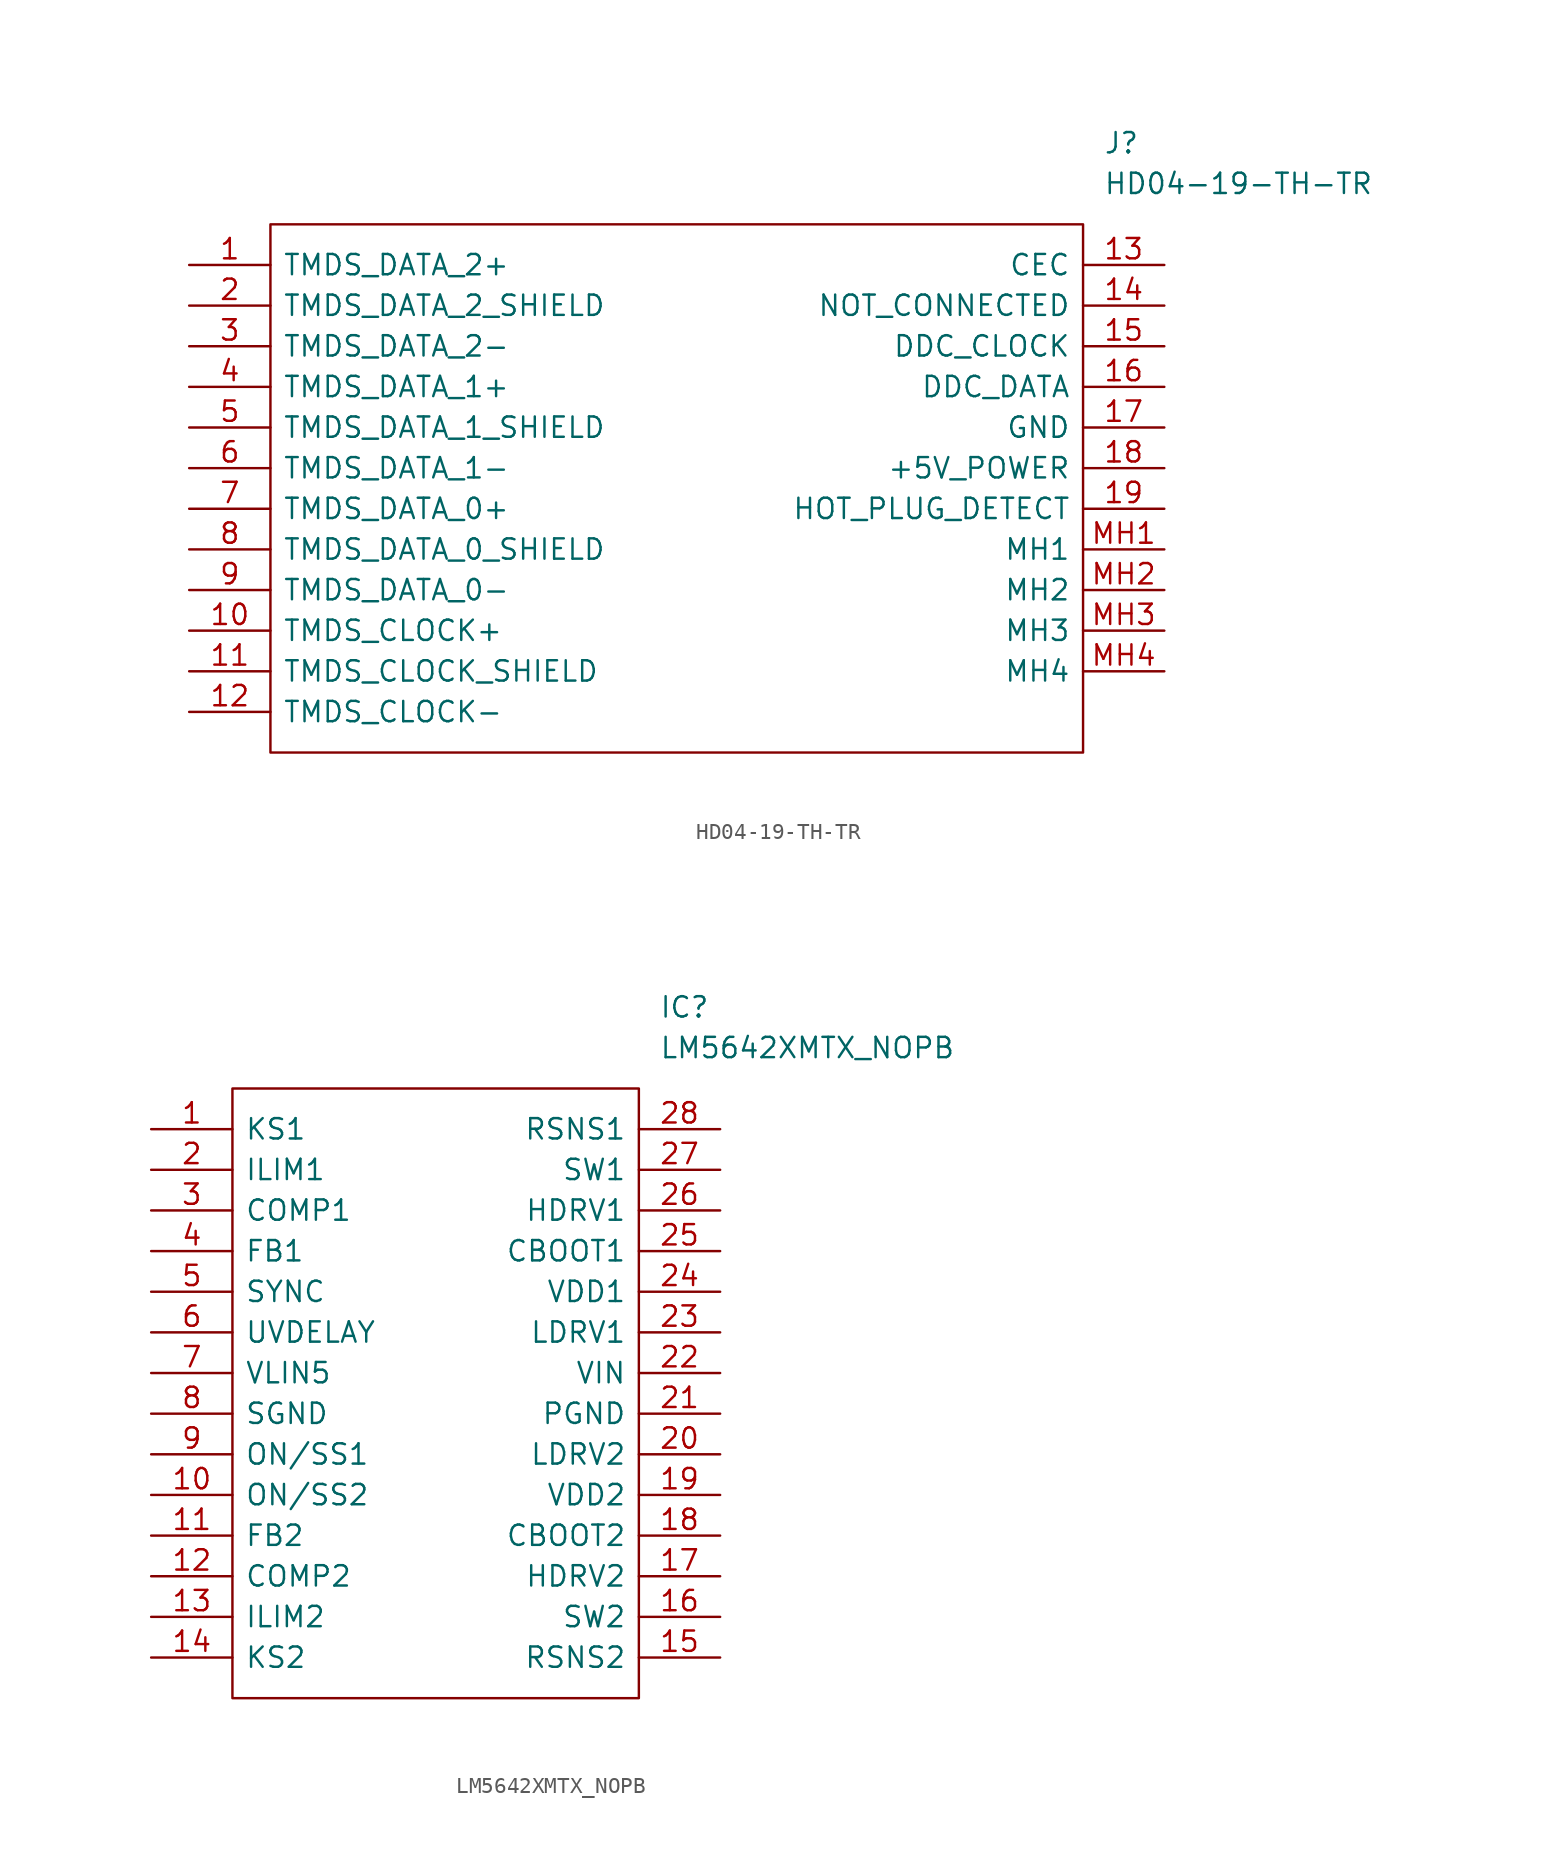
<source format=kicad_sym>
(kicad_symbol_lib
  (version 20211014)
  (generator kicad_symbol_editor)
  (symbol "HD04-19-TH-TR"
    (pin_names
      (offset 0.762))
    (property "Reference" "J"
      (at 57.15 7.62 0)
      (effects (font (size 1.27 1.27)) (justify left)))
    (property "Value" "HD04-19-TH-TR"
      (at 57.15 5.08 0)
      (effects (font (size 1.27 1.27)) (justify left)))
    (symbol "HD04-19-TH-TR_0_0"
      (pin passive line (at 0 0 0) (length 5.08) (name "TMDS_DATA_2+" (effects (font (size 1.27 1.27)))) (number "1" (effects (font (size 1.27 1.27)))))
      (pin passive line (at 0 -22.86 0) (length 5.08) (name "TMDS_CLOCK+" (effects (font (size 1.27 1.27)))) (number "10" (effects (font (size 1.27 1.27)))))
      (pin passive line (at 0 -25.4 0) (length 5.08) (name "TMDS_CLOCK_SHIELD" (effects (font (size 1.27 1.27)))) (number "11" (effects (font (size 1.27 1.27)))))
      (pin passive line (at 0 -27.94 0) (length 5.08) (name "TMDS_CLOCK-" (effects (font (size 1.27 1.27)))) (number "12" (effects (font (size 1.27 1.27)))))
      (pin passive line (at 60.96 0 180) (length 5.08) (name "CEC" (effects (font (size 1.27 1.27)))) (number "13" (effects (font (size 1.27 1.27)))))
      (pin passive line (at 60.96 -2.54 180) (length 5.08) (name "NOT_CONNECTED" (effects (font (size 1.27 1.27)))) (number "14" (effects (font (size 1.27 1.27)))))
      (pin passive line (at 60.96 -5.08 180) (length 5.08) (name "DDC_CLOCK" (effects (font (size 1.27 1.27)))) (number "15" (effects (font (size 1.27 1.27)))))
      (pin passive line (at 60.96 -7.62 180) (length 5.08) (name "DDC_DATA" (effects (font (size 1.27 1.27)))) (number "16" (effects (font (size 1.27 1.27)))))
      (pin passive line (at 60.96 -10.16 180) (length 5.08) (name "GND" (effects (font (size 1.27 1.27)))) (number "17" (effects (font (size 1.27 1.27)))))
      (pin passive line (at 60.96 -12.7 180) (length 5.08) (name "+5V_POWER" (effects (font (size 1.27 1.27)))) (number "18" (effects (font (size 1.27 1.27)))))
      (pin passive line (at 60.96 -15.24 180) (length 5.08) (name "HOT_PLUG_DETECT" (effects (font (size 1.27 1.27)))) (number "19" (effects (font (size 1.27 1.27)))))
      (pin passive line (at 0 -2.54 0) (length 5.08) (name "TMDS_DATA_2_SHIELD" (effects (font (size 1.27 1.27)))) (number "2" (effects (font (size 1.27 1.27)))))
      (pin passive line (at 0 -5.08 0) (length 5.08) (name "TMDS_DATA_2-" (effects (font (size 1.27 1.27)))) (number "3" (effects (font (size 1.27 1.27)))))
      (pin passive line (at 0 -7.62 0) (length 5.08) (name "TMDS_DATA_1+" (effects (font (size 1.27 1.27)))) (number "4" (effects (font (size 1.27 1.27)))))
      (pin passive line (at 0 -10.16 0) (length 5.08) (name "TMDS_DATA_1_SHIELD" (effects (font (size 1.27 1.27)))) (number "5" (effects (font (size 1.27 1.27)))))
      (pin passive line (at 0 -12.7 0) (length 5.08) (name "TMDS_DATA_1-" (effects (font (size 1.27 1.27)))) (number "6" (effects (font (size 1.27 1.27)))))
      (pin passive line (at 0 -15.24 0) (length 5.08) (name "TMDS_DATA_0+" (effects (font (size 1.27 1.27)))) (number "7" (effects (font (size 1.27 1.27)))))
      (pin passive line (at 0 -17.78 0) (length 5.08) (name "TMDS_DATA_0_SHIELD" (effects (font (size 1.27 1.27)))) (number "8" (effects (font (size 1.27 1.27)))))
      (pin passive line (at 0 -20.32 0) (length 5.08) (name "TMDS_DATA_0-" (effects (font (size 1.27 1.27)))) (number "9" (effects (font (size 1.27 1.27)))))
      (pin passive line (at 60.96 -17.78 180) (length 5.08) (name "MH1" (effects (font (size 1.27 1.27)))) (number "MH1" (effects (font (size 1.27 1.27)))))
      (pin passive line (at 60.96 -20.32 180) (length 5.08) (name "MH2" (effects (font (size 1.27 1.27)))) (number "MH2" (effects (font (size 1.27 1.27)))))
      (pin passive line (at 60.96 -22.86 180) (length 5.08) (name "MH3" (effects (font (size 1.27 1.27)))) (number "MH3" (effects (font (size 1.27 1.27)))))
      (pin passive line (at 60.96 -25.4 180) (length 5.08) (name "MH4" (effects (font (size 1.27 1.27)))) (number "MH4" (effects (font (size 1.27 1.27))))))
    (symbol "HD04-19-TH-TR_0_1"
      (polyline (pts (xy 5.08 2.54) (xy 55.88 2.54) (xy 55.88 -30.48) (xy 5.08 -30.48) (xy 5.08 2.54)) (stroke (width 0.152) (type default) (color 0 0 0 0)) (fill (type none)))))
  (symbol "LM5642XMTX_NOPB"
    (pin_names
      (offset 0.762))
    (property "Reference" "IC"
      (at 31.75 7.62 0)
      (effects (font (size 1.27 1.27)) (justify left)))
    (property "Value" "LM5642XMTX_NOPB"
      (at 31.75 5.08 0)
      (effects (font (size 1.27 1.27)) (justify left)))
    (symbol "LM5642XMTX_NOPB_0_0"
      (pin passive line (at 0 0 0) (length 5.08) (name "KS1" (effects (font (size 1.27 1.27)))) (number "1" (effects (font (size 1.27 1.27)))))
      (pin passive line (at 0 -22.86 0) (length 5.08) (name "ON/SS2" (effects (font (size 1.27 1.27)))) (number "10" (effects (font (size 1.27 1.27)))))
      (pin passive line (at 0 -25.4 0) (length 5.08) (name "FB2" (effects (font (size 1.27 1.27)))) (number "11" (effects (font (size 1.27 1.27)))))
      (pin passive line (at 0 -27.94 0) (length 5.08) (name "COMP2" (effects (font (size 1.27 1.27)))) (number "12" (effects (font (size 1.27 1.27)))))
      (pin passive line (at 0 -30.48 0) (length 5.08) (name "ILIM2" (effects (font (size 1.27 1.27)))) (number "13" (effects (font (size 1.27 1.27)))))
      (pin passive line (at 0 -33.02 0) (length 5.08) (name "KS2" (effects (font (size 1.27 1.27)))) (number "14" (effects (font (size 1.27 1.27)))))
      (pin passive line (at 35.56 -33.02 180) (length 5.08) (name "RSNS2" (effects (font (size 1.27 1.27)))) (number "15" (effects (font (size 1.27 1.27)))))
      (pin passive line (at 35.56 -30.48 180) (length 5.08) (name "SW2" (effects (font (size 1.27 1.27)))) (number "16" (effects (font (size 1.27 1.27)))))
      (pin passive line (at 35.56 -27.94 180) (length 5.08) (name "HDRV2" (effects (font (size 1.27 1.27)))) (number "17" (effects (font (size 1.27 1.27)))))
      (pin passive line (at 35.56 -25.4 180) (length 5.08) (name "CBOOT2" (effects (font (size 1.27 1.27)))) (number "18" (effects (font (size 1.27 1.27)))))
      (pin passive line (at 35.56 -22.86 180) (length 5.08) (name "VDD2" (effects (font (size 1.27 1.27)))) (number "19" (effects (font (size 1.27 1.27)))))
      (pin passive line (at 0 -2.54 0) (length 5.08) (name "ILIM1" (effects (font (size 1.27 1.27)))) (number "2" (effects (font (size 1.27 1.27)))))
      (pin passive line (at 35.56 -20.32 180) (length 5.08) (name "LDRV2" (effects (font (size 1.27 1.27)))) (number "20" (effects (font (size 1.27 1.27)))))
      (pin passive line (at 35.56 -17.78 180) (length 5.08) (name "PGND" (effects (font (size 1.27 1.27)))) (number "21" (effects (font (size 1.27 1.27)))))
      (pin passive line (at 35.56 -15.24 180) (length 5.08) (name "VIN" (effects (font (size 1.27 1.27)))) (number "22" (effects (font (size 1.27 1.27)))))
      (pin passive line (at 35.56 -12.7 180) (length 5.08) (name "LDRV1" (effects (font (size 1.27 1.27)))) (number "23" (effects (font (size 1.27 1.27)))))
      (pin passive line (at 35.56 -10.16 180) (length 5.08) (name "VDD1" (effects (font (size 1.27 1.27)))) (number "24" (effects (font (size 1.27 1.27)))))
      (pin passive line (at 35.56 -7.62 180) (length 5.08) (name "CBOOT1" (effects (font (size 1.27 1.27)))) (number "25" (effects (font (size 1.27 1.27)))))
      (pin passive line (at 35.56 -5.08 180) (length 5.08) (name "HDRV1" (effects (font (size 1.27 1.27)))) (number "26" (effects (font (size 1.27 1.27)))))
      (pin passive line (at 35.56 -2.54 180) (length 5.08) (name "SW1" (effects (font (size 1.27 1.27)))) (number "27" (effects (font (size 1.27 1.27)))))
      (pin passive line (at 35.56 0 180) (length 5.08) (name "RSNS1" (effects (font (size 1.27 1.27)))) (number "28" (effects (font (size 1.27 1.27)))))
      (pin passive line (at 0 -5.08 0) (length 5.08) (name "COMP1" (effects (font (size 1.27 1.27)))) (number "3" (effects (font (size 1.27 1.27)))))
      (pin passive line (at 0 -7.62 0) (length 5.08) (name "FB1" (effects (font (size 1.27 1.27)))) (number "4" (effects (font (size 1.27 1.27)))))
      (pin passive line (at 0 -10.16 0) (length 5.08) (name "SYNC" (effects (font (size 1.27 1.27)))) (number "5" (effects (font (size 1.27 1.27)))))
      (pin passive line (at 0 -12.7 0) (length 5.08) (name "UVDELAY" (effects (font (size 1.27 1.27)))) (number "6" (effects (font (size 1.27 1.27)))))
      (pin passive line (at 0 -15.24 0) (length 5.08) (name "VLIN5" (effects (font (size 1.27 1.27)))) (number "7" (effects (font (size 1.27 1.27)))))
      (pin passive line (at 0 -17.78 0) (length 5.08) (name "SGND" (effects (font (size 1.27 1.27)))) (number "8" (effects (font (size 1.27 1.27)))))
      (pin passive line (at 0 -20.32 0) (length 5.08) (name "ON/SS1" (effects (font (size 1.27 1.27)))) (number "9" (effects (font (size 1.27 1.27))))))
    (symbol "LM5642XMTX_NOPB_0_1"
      (polyline (pts (xy 5.08 2.54) (xy 30.48 2.54) (xy 30.48 -35.56) (xy 5.08 -35.56) (xy 5.08 2.54)) (stroke (width 0.152) (type default) (color 0 0 0 0)) (fill (type none))))))
</source>
